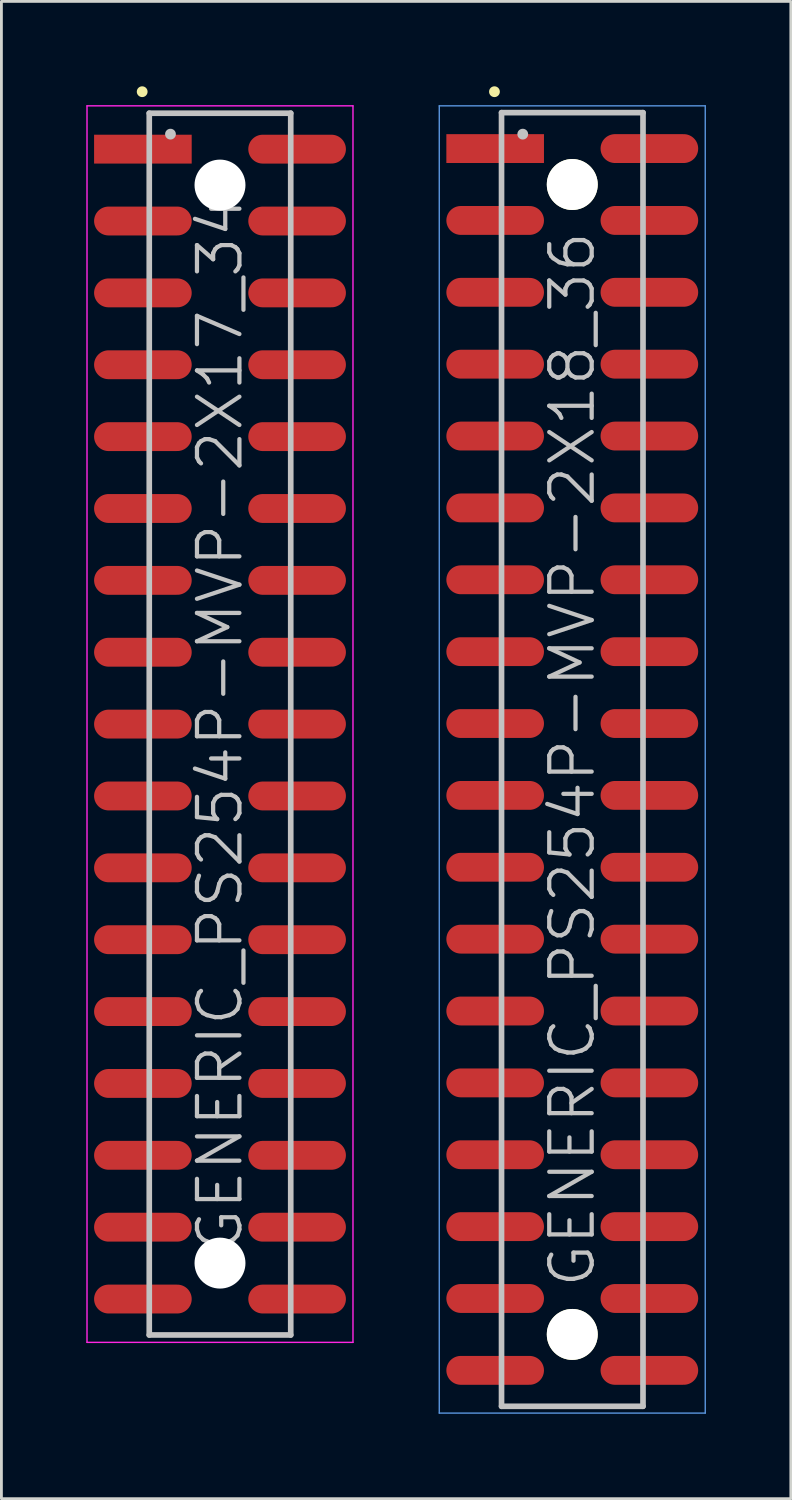
<source format=kicad_pcb>
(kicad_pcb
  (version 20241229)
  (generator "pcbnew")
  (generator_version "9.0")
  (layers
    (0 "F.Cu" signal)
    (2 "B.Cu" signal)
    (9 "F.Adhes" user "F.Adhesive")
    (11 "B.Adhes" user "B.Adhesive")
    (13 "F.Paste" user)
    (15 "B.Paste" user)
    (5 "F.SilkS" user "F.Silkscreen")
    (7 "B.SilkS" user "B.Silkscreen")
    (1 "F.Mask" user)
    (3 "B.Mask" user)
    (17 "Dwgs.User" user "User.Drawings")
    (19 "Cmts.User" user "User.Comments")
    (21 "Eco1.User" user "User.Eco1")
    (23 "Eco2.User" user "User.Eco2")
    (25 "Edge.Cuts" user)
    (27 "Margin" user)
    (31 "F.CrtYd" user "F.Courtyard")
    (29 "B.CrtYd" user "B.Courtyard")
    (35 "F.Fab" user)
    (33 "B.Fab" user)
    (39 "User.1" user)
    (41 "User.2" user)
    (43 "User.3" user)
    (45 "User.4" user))
  (footprint "GENERIC_PS254P-MVP-2X17_34"
    (layer "F.Cu")
    (at 4.725 22.541)
    (property "Reference" "GENERIC_PS254P-MVP-2X17_34" (at 0 0 90) (layer "Dwgs.User") (effects (font (size 1.5 1.5) (thickness 0.15))))
    (attr smd)
    (fp_line (start -2.75 -22.35) (end -2.75 -22.35) (stroke (width 0.381) (type solid)) (layer "F.SilkS"))
    (fp_line (start -2.5 -21.59) (end -2.5 21.59) (stroke (width 0.2) (type solid)) (layer "Dwgs.User"))
    (fp_line (start -2.5 -21.59) (end 2.5 -21.59) (stroke (width 0.2) (type solid)) (layer "Dwgs.User"))
    (fp_line (start -2.5 21.59) (end 2.5 21.59) (stroke (width 0.2) (type solid)) (layer "Dwgs.User"))
    (fp_line (start -1.75 -20.85) (end -1.75 -20.85) (stroke (width 0.381) (type solid)) (layer "Dwgs.User"))
    (fp_line (start 2.5 -21.59) (end 2.5 21.59) (stroke (width 0.2) (type solid)) (layer "Dwgs.User"))
    (fp_line (start -4.7 -21.85) (end -4.7 21.85) (stroke (width 0.05) (type solid)) (layer "F.CrtYd"))
    (fp_line (start -4.7 -21.85) (end 4.7 -21.85) (stroke (width 0.05) (type solid)) (layer "F.CrtYd"))
    (fp_line (start -4.7 21.85) (end 4.7 21.85) (stroke (width 0.05) (type solid)) (layer "F.CrtYd"))
    (fp_line (start 4.7 -21.85) (end 4.7 21.85) (stroke (width 0.05) (type solid)) (layer "F.CrtYd"))
    (pad "" np_thru_hole circle (at 0 -19.05 270) (size 1.8 1.8) (drill 1.8) (layers "*.Cu" "*.Mask"))
    (pad "" np_thru_hole circle (at 0 19.05 270) (size 1.8 1.8) (drill 1.8) (layers "*.Cu" "*.Mask"))
    (pad "1" smd rect (at -2.725 -20.32 270) (size 1.02 3.45) (layers "F.Cu" "F.Mask" "F.Paste"))
    (pad "2" smd oval (at 2.725 -20.32 270) (size 1.02 3.45) (layers "F.Cu" "F.Mask" "F.Paste"))
    (pad "3" smd oval (at -2.725 -17.78 270) (size 1.02 3.45) (layers "F.Cu" "F.Mask" "F.Paste"))
    (pad "4" smd oval (at 2.725 -17.78 270) (size 1.02 3.45) (layers "F.Cu" "F.Mask" "F.Paste"))
    (pad "5" smd oval (at -2.725 -15.24 270) (size 1.02 3.45) (layers "F.Cu" "F.Mask" "F.Paste"))
    (pad "6" smd oval (at 2.725 -15.24 270) (size 1.02 3.45) (layers "F.Cu" "F.Mask" "F.Paste"))
    (pad "7" smd oval (at -2.725 -12.7 270) (size 1.02 3.45) (layers "F.Cu" "F.Mask" "F.Paste"))
    (pad "8" smd oval (at 2.725 -12.7 270) (size 1.02 3.45) (layers "F.Cu" "F.Mask" "F.Paste"))
    (pad "9" smd oval (at -2.725 -10.16 270) (size 1.02 3.45) (layers "F.Cu" "F.Mask" "F.Paste"))
    (pad "10" smd oval (at 2.725 -10.16 270) (size 1.02 3.45) (layers "F.Cu" "F.Mask" "F.Paste"))
    (pad "11" smd oval (at -2.725 -7.62 270) (size 1.02 3.45) (layers "F.Cu" "F.Mask" "F.Paste"))
    (pad "12" smd oval (at 2.725 -7.62 270) (size 1.02 3.45) (layers "F.Cu" "F.Mask" "F.Paste"))
    (pad "13" smd oval (at -2.725 -5.08 270) (size 1.02 3.45) (layers "F.Cu" "F.Mask" "F.Paste"))
    (pad "14" smd oval (at 2.725 -5.08 270) (size 1.02 3.45) (layers "F.Cu" "F.Mask" "F.Paste"))
    (pad "15" smd oval (at -2.725 -2.54 270) (size 1.02 3.45) (layers "F.Cu" "F.Mask" "F.Paste"))
    (pad "16" smd oval (at 2.725 -2.54 270) (size 1.02 3.45) (layers "F.Cu" "F.Mask" "F.Paste"))
    (pad "17" smd oval (at -2.725 0 270) (size 1.02 3.45) (layers "F.Cu" "F.Mask" "F.Paste"))
    (pad "18" smd oval (at 2.725 0 270) (size 1.02 3.45) (layers "F.Cu" "F.Mask" "F.Paste"))
    (pad "19" smd oval (at -2.725 2.54 270) (size 1.02 3.45) (layers "F.Cu" "F.Mask" "F.Paste"))
    (pad "20" smd oval (at 2.725 2.54 270) (size 1.02 3.45) (layers "F.Cu" "F.Mask" "F.Paste"))
    (pad "21" smd oval (at -2.725 5.08 270) (size 1.02 3.45) (layers "F.Cu" "F.Mask" "F.Paste"))
    (pad "22" smd oval (at 2.725 5.08 270) (size 1.02 3.45) (layers "F.Cu" "F.Mask" "F.Paste"))
    (pad "23" smd oval (at -2.725 7.62 270) (size 1.02 3.45) (layers "F.Cu" "F.Mask" "F.Paste"))
    (pad "24" smd oval (at 2.725 7.62 270) (size 1.02 3.45) (layers "F.Cu" "F.Mask" "F.Paste"))
    (pad "25" smd oval (at -2.725 10.16 270) (size 1.02 3.45) (layers "F.Cu" "F.Mask" "F.Paste"))
    (pad "26" smd oval (at 2.725 10.16 270) (size 1.02 3.45) (layers "F.Cu" "F.Mask" "F.Paste"))
    (pad "27" smd oval (at -2.725 12.7 270) (size 1.02 3.45) (layers "F.Cu" "F.Mask" "F.Paste"))
    (pad "28" smd oval (at 2.725 12.7 270) (size 1.02 3.45) (layers "F.Cu" "F.Mask" "F.Paste"))
    (pad "29" smd oval (at -2.725 15.24 270) (size 1.02 3.45) (layers "F.Cu" "F.Mask" "F.Paste"))
    (pad "30" smd oval (at 2.725 15.24 270) (size 1.02 3.45) (layers "F.Cu" "F.Mask" "F.Paste"))
    (pad "31" smd oval (at -2.725 17.78 270) (size 1.02 3.45) (layers "F.Cu" "F.Mask" "F.Paste"))
    (pad "32" smd oval (at 2.725 17.78 270) (size 1.02 3.45) (layers "F.Cu" "F.Mask" "F.Paste"))
    (pad "33" smd oval (at -2.725 20.32 270) (size 1.02 3.45) (layers "F.Cu" "F.Mask" "F.Paste"))
    (pad "34" smd oval (at 2.725 20.32 270) (size 1.02 3.45) (layers "F.Cu" "F.Mask" "F.Paste")))
  (footprint "GENERIC_PS254P-MVP-2X18_36"
    (layer "F.Cu")
    (at 17.175 23.791)
    (property "Reference" "GENERIC_PS254P-MVP-2X18_36" (at 0 0 90) (layer "Dwgs.User") (effects (font (size 1.5 1.5) (thickness 0.15))))
    (attr smd)
    (fp_line (start -2.75 -23.6) (end -2.75 -23.6) (stroke (width 0.381) (type solid)) (layer "F.SilkS"))
    (fp_line (start -2.5 -22.86) (end -2.5 22.86) (stroke (width 0.2) (type solid)) (layer "Dwgs.User"))
    (fp_line (start -2.5 -22.86) (end 2.5 -22.86) (stroke (width 0.2) (type solid)) (layer "Dwgs.User"))
    (fp_line (start -2.5 22.86) (end 2.5 22.86) (stroke (width 0.2) (type solid)) (layer "Dwgs.User"))
    (fp_line (start -1.75 -22.1) (end -1.75 -22.1) (stroke (width 0.381) (type solid)) (layer "Dwgs.User"))
    (fp_line (start 2.5 -22.86) (end 2.5 22.86) (stroke (width 0.2) (type solid)) (layer "Dwgs.User"))
    (fp_line (start -4.7 -23.1) (end -4.7 23.1) (stroke (width 0.05) (type solid)) (layer "Cmts.User"))
    (fp_line (start -4.7 -23.1) (end 4.7 -23.1) (stroke (width 0.05) (type solid)) (layer "Cmts.User"))
    (fp_line (start -4.7 23.1) (end 4.7 23.1) (stroke (width 0.05) (type solid)) (layer "Cmts.User"))
    (fp_line (start 4.7 -23.1) (end 4.7 23.1) (stroke (width 0.05) (type solid)) (layer "Cmts.User"))
    (pad "" np_thru_hole circle (at 0 -20.32 270) (size 1.8 1.8) (drill 1.8) (layers "*.Cu" "*.Mask" "F.SilkS"))
    (pad "" np_thru_hole circle (at 0 20.32 270) (size 1.8 1.8) (drill 1.8) (layers "*.Cu" "*.Mask" "F.SilkS"))
    (pad "1" smd rect (at -2.725 -21.59 270) (size 1.02 3.45) (layers "F.Cu" "F.Mask" "F.Paste"))
    (pad "2" smd oval (at 2.725 -21.59 270) (size 1.02 3.45) (layers "F.Cu" "F.Mask" "F.Paste"))
    (pad "3" smd oval (at -2.725 -19.05 270) (size 1.02 3.45) (layers "F.Cu" "F.Mask" "F.Paste"))
    (pad "4" smd oval (at 2.725 -19.05 270) (size 1.02 3.45) (layers "F.Cu" "F.Mask" "F.Paste"))
    (pad "5" smd oval (at -2.725 -16.51 270) (size 1.02 3.45) (layers "F.Cu" "F.Mask" "F.Paste"))
    (pad "6" smd oval (at 2.725 -16.51 270) (size 1.02 3.45) (layers "F.Cu" "F.Mask" "F.Paste"))
    (pad "7" smd oval (at -2.725 -13.97 270) (size 1.02 3.45) (layers "F.Cu" "F.Mask" "F.Paste"))
    (pad "8" smd oval (at 2.725 -13.97 270) (size 1.02 3.45) (layers "F.Cu" "F.Mask" "F.Paste"))
    (pad "9" smd oval (at -2.725 -11.43 270) (size 1.02 3.45) (layers "F.Cu" "F.Mask" "F.Paste"))
    (pad "10" smd oval (at 2.725 -11.43 270) (size 1.02 3.45) (layers "F.Cu" "F.Mask" "F.Paste"))
    (pad "11" smd oval (at -2.725 -8.89 270) (size 1.02 3.45) (layers "F.Cu" "F.Mask" "F.Paste"))
    (pad "12" smd oval (at 2.725 -8.89 270) (size 1.02 3.45) (layers "F.Cu" "F.Mask" "F.Paste"))
    (pad "13" smd oval (at -2.725 -6.35 270) (size 1.02 3.45) (layers "F.Cu" "F.Mask" "F.Paste"))
    (pad "14" smd oval (at 2.725 -6.35 270) (size 1.02 3.45) (layers "F.Cu" "F.Mask" "F.Paste"))
    (pad "15" smd oval (at -2.725 -3.81 270) (size 1.02 3.45) (layers "F.Cu" "F.Mask" "F.Paste"))
    (pad "16" smd oval (at 2.725 -3.81 270) (size 1.02 3.45) (layers "F.Cu" "F.Mask" "F.Paste"))
    (pad "17" smd oval (at -2.725 -1.27 270) (size 1.02 3.45) (layers "F.Cu" "F.Mask" "F.Paste"))
    (pad "18" smd oval (at 2.725 -1.27 270) (size 1.02 3.45) (layers "F.Cu" "F.Mask" "F.Paste"))
    (pad "19" smd oval (at -2.725 1.27 270) (size 1.02 3.45) (layers "F.Cu" "F.Mask" "F.Paste"))
    (pad "20" smd oval (at 2.725 1.27 270) (size 1.02 3.45) (layers "F.Cu" "F.Mask" "F.Paste"))
    (pad "21" smd oval (at -2.725 3.81 270) (size 1.02 3.45) (layers "F.Cu" "F.Mask" "F.Paste"))
    (pad "22" smd oval (at 2.725 3.81 270) (size 1.02 3.45) (layers "F.Cu" "F.Mask" "F.Paste"))
    (pad "23" smd oval (at -2.725 6.35 270) (size 1.02 3.45) (layers "F.Cu" "F.Mask" "F.Paste"))
    (pad "24" smd oval (at 2.725 6.35 270) (size 1.02 3.45) (layers "F.Cu" "F.Mask" "F.Paste"))
    (pad "25" smd oval (at -2.725 8.89 270) (size 1.02 3.45) (layers "F.Cu" "F.Mask" "F.Paste"))
    (pad "26" smd oval (at 2.725 8.89 270) (size 1.02 3.45) (layers "F.Cu" "F.Mask" "F.Paste"))
    (pad "27" smd oval (at -2.725 11.43 270) (size 1.02 3.45) (layers "F.Cu" "F.Mask" "F.Paste"))
    (pad "28" smd oval (at 2.725 11.43 270) (size 1.02 3.45) (layers "F.Cu" "F.Mask" "F.Paste"))
    (pad "29" smd oval (at -2.725 13.97 270) (size 1.02 3.45) (layers "F.Cu" "F.Mask" "F.Paste"))
    (pad "30" smd oval (at 2.725 13.97 270) (size 1.02 3.45) (layers "F.Cu" "F.Mask" "F.Paste"))
    (pad "31" smd oval (at -2.725 16.51 270) (size 1.02 3.45) (layers "F.Cu" "F.Mask" "F.Paste"))
    (pad "32" smd oval (at 2.725 16.51 270) (size 1.02 3.45) (layers "F.Cu" "F.Mask" "F.Paste"))
    (pad "33" smd oval (at -2.725 19.05 270) (size 1.02 3.45) (layers "F.Cu" "F.Mask" "F.Paste"))
    (pad "34" smd oval (at 2.725 19.05 270) (size 1.02 3.45) (layers "F.Cu" "F.Mask" "F.Paste"))
    (pad "35" smd oval (at -2.725 21.59 270) (size 1.02 3.45) (layers "F.Cu" "F.Mask" "F.Paste"))
    (pad "36" smd oval (at 2.725 21.59 270) (size 1.02 3.45) (layers "F.Cu" "F.Mask" "F.Paste")))
  (gr_rect
    (start -3 -3)
    (end 24.9 49.916)
    (stroke (width 0.1) (type default))
    (fill no)
    (layer "Edge.Cuts")))
</source>
